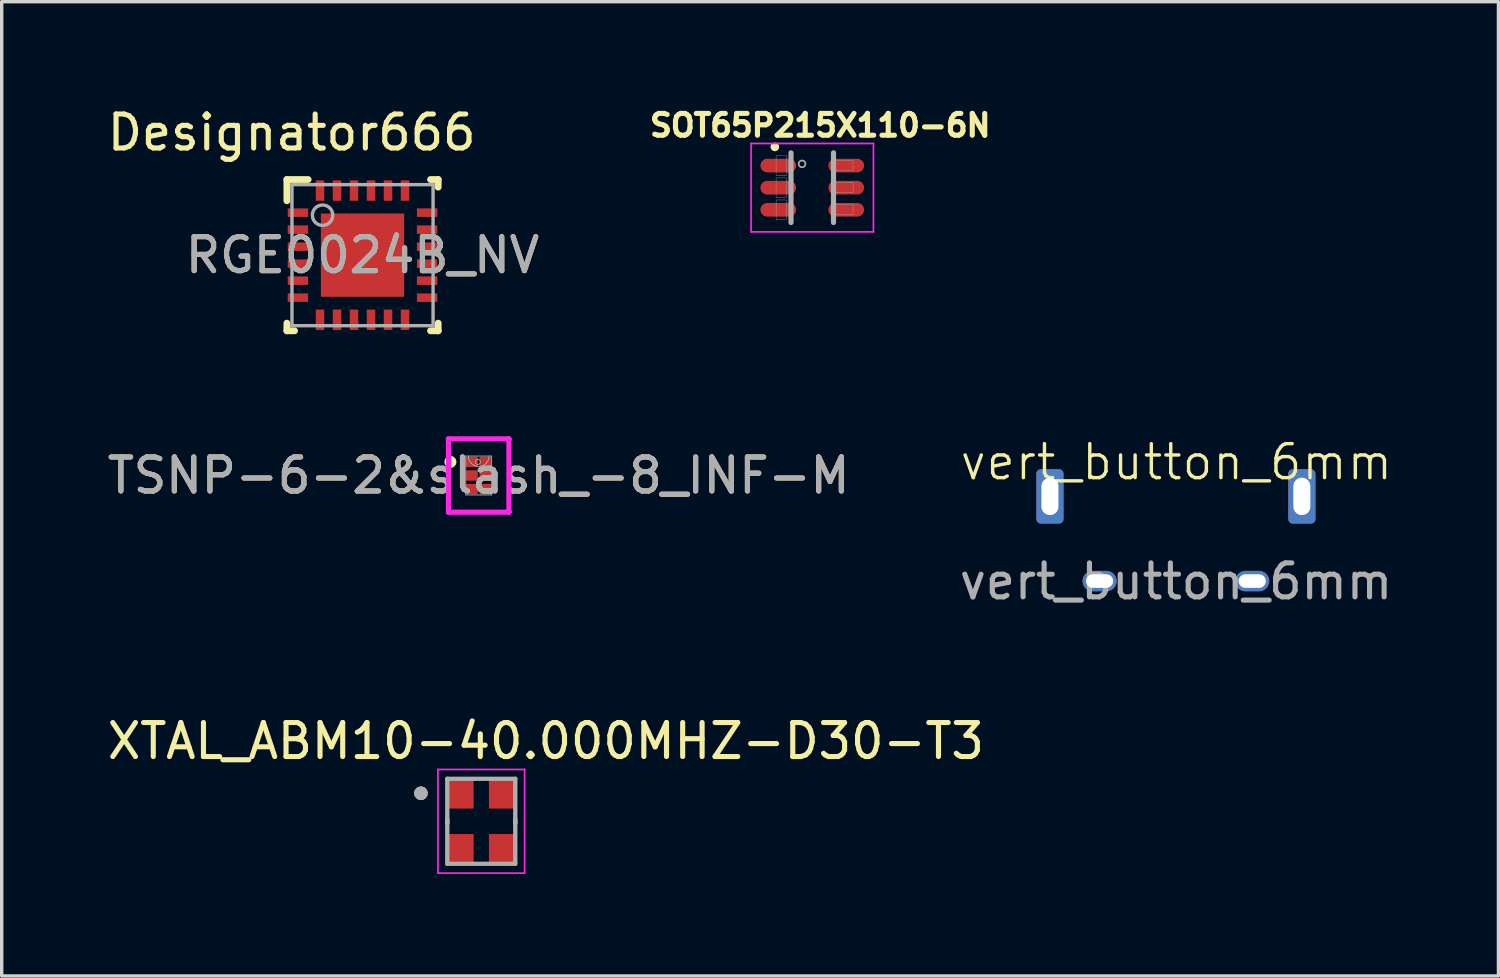
<source format=kicad_pcb>
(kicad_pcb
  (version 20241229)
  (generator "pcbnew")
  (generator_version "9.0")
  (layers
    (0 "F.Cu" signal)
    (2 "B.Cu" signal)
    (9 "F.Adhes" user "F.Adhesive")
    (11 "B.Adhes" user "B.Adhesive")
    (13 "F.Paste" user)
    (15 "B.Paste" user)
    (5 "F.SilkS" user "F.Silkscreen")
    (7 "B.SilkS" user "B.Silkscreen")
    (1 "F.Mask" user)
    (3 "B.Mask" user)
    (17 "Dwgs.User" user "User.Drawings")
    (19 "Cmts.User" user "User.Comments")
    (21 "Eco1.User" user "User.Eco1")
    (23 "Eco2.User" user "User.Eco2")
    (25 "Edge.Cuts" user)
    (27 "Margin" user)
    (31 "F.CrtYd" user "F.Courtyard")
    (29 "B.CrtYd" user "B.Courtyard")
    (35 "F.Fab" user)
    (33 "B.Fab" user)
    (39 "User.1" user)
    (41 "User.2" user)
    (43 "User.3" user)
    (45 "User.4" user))
  (footprint "SOT65P215X110-6N"
    (layer "F.Cu")
    (at 20.841 2.47)
    (property "Reference" "SOT65P215X110-6N" (at 0.235 -1.832 0) (layer "F.SilkS") (effects (font (size 0.641 0.641) (thickness 0.15))))
    (attr smd)
    (fp_circle (center -1.1 -1.2) (end -0.973 -1.2) (stroke (width 0) (type solid)) (fill yes) (layer "F.SilkS"))
    (fp_line (start -1.8 -1.3) (end 1.8 -1.3) (stroke (width 0.05) (type solid)) (layer "F.CrtYd"))
    (fp_line (start -1.8 1.3) (end -1.8 -1.3) (stroke (width 0.05) (type solid)) (layer "F.CrtYd"))
    (fp_line (start 1.8 -1.3) (end 1.8 1.3) (stroke (width 0.05) (type solid)) (layer "F.CrtYd"))
    (fp_line (start 1.8 1.3) (end -1.8 1.3) (stroke (width 0.05) (type solid)) (layer "F.CrtYd"))
    (fp_line (start -0.625 1.025) (end -0.625 -1.025) (stroke (width 0.152) (type solid)) (layer "F.Fab"))
    (fp_line (start 0.625 -1.025) (end 0.625 1.025) (stroke (width 0.152) (type solid)) (layer "F.Fab"))
    (fp_circle (center -0.3 -0.7) (end -0.2 -0.7) (stroke (width 0.05) (type solid)) (fill no) (layer "F.Fab"))
    (fp_poly (pts (xy -1.064 -0.287) (xy -0.762 -0.287) (xy -0.762 0.288) (xy -1.064 0.288)) (stroke (width 0.01) (type solid)) (fill no) (layer "F.Fab"))
    (fp_poly (pts (xy -1.064 -0.938) (xy -0.762 -0.938) (xy -0.762 -0.363) (xy -1.064 -0.363)) (stroke (width 0.01) (type solid)) (fill no) (layer "F.Fab"))
    (fp_poly (pts (xy -1.063 0.362) (xy -0.762 0.362) (xy -0.762 0.938) (xy -1.063 0.938)) (stroke (width 0.01) (type solid)) (fill no) (layer "F.Fab"))
    (fp_poly (pts (xy 0.625 0.501) (xy 1.201 0.501) (xy 1.201 0.8) (xy 0.625 0.8)) (stroke (width 0.01) (type solid)) (fill no) (layer "F.Fab"))
    (fp_poly (pts (xy 0.625 -0.149) (xy 1.201 -0.149) (xy 1.201 0.15) (xy 0.625 0.15)) (stroke (width 0.01) (type solid)) (fill no) (layer "F.Fab"))
    (fp_poly (pts (xy 0.625 -0.8) (xy 1.2 -0.8) (xy 1.2 -0.5) (xy 0.625 -0.5)) (stroke (width 0.01) (type solid)) (fill no) (layer "F.Fab"))
    (pad "1" smd oval (at -1 -0.65 270) (size 0.4 1.05) (layers "F.Cu" "F.Mask" "F.Paste"))
    (pad "2" smd oval (at -1 0 270) (size 0.4 1.05) (layers "F.Cu" "F.Mask" "F.Paste"))
    (pad "3" smd oval (at -1 0.65 270) (size 0.4 1.05) (layers "F.Cu" "F.Mask" "F.Paste"))
    (pad "4" smd oval (at 1 0.65 270) (size 0.4 1.05) (layers "F.Cu" "F.Mask" "F.Paste"))
    (pad "5" smd oval (at 1 0 270) (size 0.4 1.05) (layers "F.Cu" "F.Mask" "F.Paste"))
    (pad "6" smd oval (at 1 -0.65 270) (size 0.4 1.05) (layers "F.Cu" "F.Mask" "F.Paste")))
  (footprint "RGE0024B_NV"
    (layer "F.Cu")
    (at 7.613 4.455)
    (property "Reference" "RGE0024B_NV" (at 0 0 0) (unlocked yes) (layer "F.SilkS") (effects (font (size 1 1) (thickness 0.15))))
    (attr smd)
    (fp_line (start -2.225 -2.225) (end -1.6 -2.225) (stroke (width 0.2) (type solid)) (layer "F.SilkS"))
    (fp_line (start -2.225 -1.6) (end -2.225 -2.225) (stroke (width 0.2) (type solid)) (layer "F.SilkS"))
    (fp_line (start -2.225 2.225) (end -2.225 2) (stroke (width 0.2) (type solid)) (layer "F.SilkS"))
    (fp_line (start -2.225 2.225) (end -2 2.225) (stroke (width 0.2) (type solid)) (layer "F.SilkS"))
    (fp_line (start 2 -2.225) (end 2.225 -2.225) (stroke (width 0.2) (type solid)) (layer "F.SilkS"))
    (fp_line (start 2 2.225) (end 2.225 2.225) (stroke (width 0.2) (type solid)) (layer "F.SilkS"))
    (fp_line (start 2.225 -2) (end 2.225 -2.225) (stroke (width 0.2) (type solid)) (layer "F.SilkS"))
    (fp_line (start 2.225 2.225) (end 2.225 2) (stroke (width 0.2) (type solid)) (layer "F.SilkS"))
    (fp_poly (pts (xy -0.1 -1.131) (xy -0.1 -0.149) (xy -0.101 -0.139) (xy -0.104 -0.13) (xy -0.108 -0.122) (xy -0.114 -0.114) (xy -0.122 -0.108) (xy -0.13 -0.104) (xy -0.139 -0.101) (xy -0.149 -0.1) (xy -1.131 -0.1) (xy -1.141 -0.101) (xy -1.15 -0.104) (xy -1.158 -0.108) (xy -1.166 -0.114) (xy -1.172 -0.122) (xy -1.176 -0.13) (xy -1.179 -0.139) (xy -1.18 -0.149) (xy -1.18 -1.131) (xy -1.179 -1.141) (xy -1.176 -1.15) (xy -1.172 -1.158) (xy -1.166 -1.166) (xy -1.158 -1.172) (xy -1.15 -1.176) (xy -1.141 -1.179) (xy -1.131 -1.18) (xy -0.149 -1.18) (xy -0.139 -1.179) (xy -0.13 -1.176) (xy -0.122 -1.172) (xy -0.114 -1.166) (xy -0.108 -1.158) (xy -0.104 -1.15) (xy -0.101 -1.141)) (stroke (width 0) (type solid)) (fill yes) (layer "F.Paste"))
    (fp_poly (pts (xy -0.1 0.149) (xy -0.1 1.131) (xy -0.101 1.141) (xy -0.104 1.15) (xy -0.108 1.158) (xy -0.114 1.166) (xy -0.122 1.172) (xy -0.13 1.176) (xy -0.139 1.179) (xy -0.149 1.18) (xy -1.131 1.18) (xy -1.141 1.179) (xy -1.15 1.176) (xy -1.158 1.172) (xy -1.166 1.166) (xy -1.172 1.158) (xy -1.176 1.15) (xy -1.179 1.141) (xy -1.18 1.131) (xy -1.18 0.149) (xy -1.179 0.139) (xy -1.176 0.13) (xy -1.172 0.122) (xy -1.166 0.114) (xy -1.158 0.108) (xy -1.15 0.104) (xy -1.141 0.101) (xy -1.131 0.1) (xy -0.149 0.1) (xy -0.139 0.101) (xy -0.13 0.104) (xy -0.122 0.108) (xy -0.114 0.114) (xy -0.108 0.122) (xy -0.104 0.13) (xy -0.101 0.139)) (stroke (width 0) (type solid)) (fill yes) (layer "F.Paste"))
    (fp_poly (pts (xy 0.1 -0.149) (xy 0.1 -1.131) (xy 0.101 -1.141) (xy 0.104 -1.15) (xy 0.108 -1.158) (xy 0.114 -1.166) (xy 0.122 -1.172) (xy 0.13 -1.176) (xy 0.139 -1.179) (xy 0.149 -1.18) (xy 1.131 -1.18) (xy 1.141 -1.179) (xy 1.15 -1.176) (xy 1.158 -1.172) (xy 1.166 -1.166) (xy 1.172 -1.158) (xy 1.176 -1.15) (xy 1.179 -1.141) (xy 1.18 -1.131) (xy 1.18 -0.149) (xy 1.179 -0.139) (xy 1.176 -0.13) (xy 1.172 -0.122) (xy 1.166 -0.114) (xy 1.158 -0.108) (xy 1.15 -0.104) (xy 1.141 -0.101) (xy 1.131 -0.1) (xy 0.149 -0.1) (xy 0.139 -0.101) (xy 0.13 -0.104) (xy 0.122 -0.108) (xy 0.114 -0.114) (xy 0.108 -0.122) (xy 0.104 -0.13) (xy 0.101 -0.139)) (stroke (width 0) (type solid)) (fill yes) (layer "F.Paste"))
    (fp_poly (pts (xy 0.1 1.131) (xy 0.1 0.149) (xy 0.101 0.139) (xy 0.104 0.13) (xy 0.108 0.122) (xy 0.114 0.114) (xy 0.122 0.108) (xy 0.13 0.104) (xy 0.139 0.101) (xy 0.149 0.1) (xy 1.131 0.1) (xy 1.141 0.101) (xy 1.15 0.104) (xy 1.158 0.108) (xy 1.166 0.114) (xy 1.172 0.122) (xy 1.176 0.13) (xy 1.179 0.139) (xy 1.18 0.149) (xy 1.18 1.131) (xy 1.179 1.141) (xy 1.176 1.15) (xy 1.172 1.158) (xy 1.166 1.166) (xy 1.158 1.172) (xy 1.15 1.176) (xy 1.141 1.179) (xy 1.131 1.18) (xy 0.149 1.18) (xy 0.139 1.179) (xy 0.13 1.176) (xy 0.122 1.172) (xy 0.114 1.166) (xy 0.108 1.158) (xy 0.104 1.15) (xy 0.101 1.141)) (stroke (width 0) (type solid)) (fill yes) (layer "F.Paste"))
    (fp_line (start -2.075 -2.075) (end 2.075 -2.075) (stroke (width 0.1) (type solid)) (layer "F.Fab"))
    (fp_line (start -2.075 2.075) (end -2.075 -2.075) (stroke (width 0.1) (type solid)) (layer "F.Fab"))
    (fp_line (start -2.075 2.075) (end 2.075 2.075) (stroke (width 0.1) (type solid)) (layer "F.Fab"))
    (fp_line (start 2.075 2.075) (end 2.075 -2.075) (stroke (width 0.1) (type solid)) (layer "F.Fab"))
    (fp_circle (center -1.175 -1.175) (end -0.875 -1.175) (stroke (width 0.1) (type solid)) (fill no) (layer "F.Fab"))
    (fp_text user "Designator666" (at -2.083 -3.607 0) (unlocked yes) (layer "F.SilkS") (effects (font (size 1 1) (thickness 0.15))))
    (fp_text user "${REFERENCE}" (at 0 0 0) (unlocked yes) (layer "F.Fab") (effects (font (size 1 1) (thickness 0.15))))
    (pad "1" smd rect (at -1.9 -1.25 90) (size 0.25 0.6) (layers "F.Cu" "F.Mask" "F.Paste"))
    (pad "2" smd rect (at -1.9 -0.75 90) (size 0.25 0.6) (layers "F.Cu" "F.Mask" "F.Paste"))
    (pad "3" smd rect (at -1.9 -0.25 90) (size 0.25 0.6) (layers "F.Cu" "F.Mask" "F.Paste"))
    (pad "4" smd rect (at -1.9 0.25 90) (size 0.25 0.6) (layers "F.Cu" "F.Mask" "F.Paste"))
    (pad "5" smd rect (at -1.9 0.75 90) (size 0.25 0.6) (layers "F.Cu" "F.Mask" "F.Paste"))
    (pad "6" smd rect (at -1.9 1.25 90) (size 0.25 0.6) (layers "F.Cu" "F.Mask" "F.Paste"))
    (pad "7" smd rect (at -1.25 1.9) (size 0.25 0.6) (layers "F.Cu" "F.Mask" "F.Paste"))
    (pad "8" smd rect (at -0.75 1.9) (size 0.25 0.6) (layers "F.Cu" "F.Mask" "F.Paste"))
    (pad "9" smd rect (at -0.25 1.9) (size 0.25 0.6) (layers "F.Cu" "F.Mask" "F.Paste"))
    (pad "10" smd rect (at 0.25 1.9) (size 0.25 0.6) (layers "F.Cu" "F.Mask" "F.Paste"))
    (pad "11" smd rect (at 0.75 1.9) (size 0.25 0.6) (layers "F.Cu" "F.Mask" "F.Paste"))
    (pad "12" smd rect (at 1.25 1.9) (size 0.25 0.6) (layers "F.Cu" "F.Mask" "F.Paste"))
    (pad "13" smd rect (at 1.9 1.25 90) (size 0.25 0.6) (layers "F.Cu" "F.Mask" "F.Paste"))
    (pad "14" smd rect (at 1.9 0.75 90) (size 0.25 0.6) (layers "F.Cu" "F.Mask" "F.Paste"))
    (pad "15" smd rect (at 1.9 0.25 90) (size 0.25 0.6) (layers "F.Cu" "F.Mask" "F.Paste"))
    (pad "16" smd rect (at 1.9 -0.25 90) (size 0.25 0.6) (layers "F.Cu" "F.Mask" "F.Paste"))
    (pad "17" smd rect (at 1.9 -0.75 90) (size 0.25 0.6) (layers "F.Cu" "F.Mask" "F.Paste"))
    (pad "18" smd rect (at 1.9 -1.25 90) (size 0.25 0.6) (layers "F.Cu" "F.Mask" "F.Paste"))
    (pad "19" smd rect (at 1.25 -1.9) (size 0.25 0.6) (layers "F.Cu" "F.Mask" "F.Paste"))
    (pad "20" smd rect (at 0.75 -1.9) (size 0.25 0.6) (layers "F.Cu" "F.Mask" "F.Paste"))
    (pad "21" smd rect (at 0.25 -1.9) (size 0.25 0.6) (layers "F.Cu" "F.Mask" "F.Paste"))
    (pad "22" smd rect (at -0.25 -1.9) (size 0.25 0.6) (layers "F.Cu" "F.Mask" "F.Paste"))
    (pad "23" smd rect (at -0.75 -1.9) (size 0.25 0.6) (layers "F.Cu" "F.Mask" "F.Paste"))
    (pad "24" smd rect (at -1.25 -1.9) (size 0.25 0.6) (layers "F.Cu" "F.Mask" "F.Paste"))
    (pad "25" smd rect (at 0 0) (size 2.45 2.45) (layers "F.Cu" "F.Mask")))
  (footprint "TSNP-6-2&slash_-8_INF-M"
    (layer "F.Cu")
    (at 11.03 10.936)
    (property "Reference" "TSNP-6-2&slash_-8_INF-M" (at 0 0 0) (unlocked yes) (layer "F.SilkS") (effects (font (size 1 1) (thickness 0.15))))
    (attr smd)
    (fp_circle (center -0.832 -0.4) (end -0.73 -0.4) (stroke (width 0.152) (type solid)) (fill no) (layer "F.SilkS"))
    (fp_line (start -0.889 -1.079) (end 0.889 -1.079) (stroke (width 0.152) (type solid)) (layer "F.CrtYd"))
    (fp_line (start -0.889 -1.06) (end -0.889 -1.079) (stroke (width 0.152) (type solid)) (layer "F.CrtYd"))
    (fp_line (start -0.889 -1.06) (end -0.889 -1.06) (stroke (width 0.152) (type solid)) (layer "F.CrtYd"))
    (fp_line (start -0.889 1.06) (end -0.889 -1.06) (stroke (width 0.152) (type solid)) (layer "F.CrtYd"))
    (fp_line (start -0.889 1.06) (end -0.889 1.06) (stroke (width 0.152) (type solid)) (layer "F.CrtYd"))
    (fp_line (start -0.889 1.079) (end -0.889 1.06) (stroke (width 0.152) (type solid)) (layer "F.CrtYd"))
    (fp_line (start 0.889 -1.079) (end 0.889 -1.06) (stroke (width 0.152) (type solid)) (layer "F.CrtYd"))
    (fp_line (start 0.889 -1.06) (end 0.889 -1.06) (stroke (width 0.152) (type solid)) (layer "F.CrtYd"))
    (fp_line (start 0.889 -1.06) (end 0.889 1.06) (stroke (width 0.152) (type solid)) (layer "F.CrtYd"))
    (fp_line (start 0.889 1.06) (end 0.889 1.06) (stroke (width 0.152) (type solid)) (layer "F.CrtYd"))
    (fp_line (start 0.889 1.06) (end 0.889 1.079) (stroke (width 0.152) (type solid)) (layer "F.CrtYd"))
    (fp_line (start 0.889 1.079) (end -0.889 1.079) (stroke (width 0.152) (type solid)) (layer "F.CrtYd"))
    (fp_line (start -0.381 -0.572) (end -0.381 0.572) (stroke (width 0.025) (type solid)) (layer "F.Fab"))
    (fp_line (start -0.381 0.572) (end 0.381 0.572) (stroke (width 0.025) (type solid)) (layer "F.Fab"))
    (fp_line (start 0.381 -0.572) (end -0.381 -0.572) (stroke (width 0.025) (type solid)) (layer "F.Fab"))
    (fp_line (start 0.381 0.572) (end 0.381 -0.572) (stroke (width 0.025) (type solid)) (layer "F.Fab"))
    (fp_arc (start 0.3048 -0.5715) (mid 0 -0.2667) (end -0.3048 -0.5715) (stroke (width 0.0254) (type solid)) (layer "F.Fab"))
    (fp_circle (center -0.025 -0.4) (end 0.051 -0.4) (stroke (width 0.025) (type solid)) (fill no) (layer "F.Fab"))
    (fp_text user "${REFERENCE}" (at 0 0 0) (unlocked yes) (layer "F.Fab") (effects (font (size 1 1) (thickness 0.15))))
    (pad "1" smd rect (at -0.203 -0.4) (size 0.356 0.305) (layers "F.Cu" "F.Mask" "F.Paste"))
    (pad "2" smd rect (at -0.203 0) (size 0.356 0.305) (layers "F.Cu" "F.Mask" "F.Paste"))
    (pad "3" smd rect (at -0.203 0.4) (size 0.356 0.305) (layers "F.Cu" "F.Mask" "F.Paste"))
    (pad "4" smd rect (at 0.203 0.4) (size 0.356 0.305) (layers "F.Cu" "F.Mask" "F.Paste"))
    (pad "5" smd rect (at 0.203 0) (size 0.356 0.305) (layers "F.Cu" "F.Mask" "F.Paste"))
    (pad "6" smd rect (at 0.203 -0.4) (size 0.356 0.305) (layers "F.Cu" "F.Mask" "F.Paste")))
  (footprint "vert_button_6mm"
    (layer "F.Cu")
    (at 31.542 11.551)
    (property "Reference" "vert_button_6mm" (at 0.01 -1.01 0) (unlocked yes) (layer "F.SilkS") (effects (font (size 1 1) (thickness 0.1))))
    (attr through_hole)
    (fp_text user "${REFERENCE}" (at 0 2.5 0) (unlocked yes) (layer "F.Fab") (effects (font (size 1 1) (thickness 0.15))))
    (pad "1" thru_hole oval (at -2.25 2.49) (size 1 0.6) (drill oval 0.8 0.4) (layers "*.Cu" "*.Mask"))
    (pad "2" thru_hole oval (at 2.24 2.49) (size 1 0.6) (drill oval 0.8 0.4) (layers "*.Cu" "*.Mask"))
    (pad "3" thru_hole roundrect (at 3.7 0) (size 0.8 1.6) (drill oval 0.5 1.1) (layers "*.Cu" "*.Mask") (roundrect_rratio 0.164))
    (pad "4" thru_hole roundrect (at -3.71 0) (size 0.8 1.6) (drill oval 0.5 1.1) (layers "*.Cu" "*.Mask") (roundrect_rratio 0.164)))
  (footprint "XTAL_ABM10-40.000MHZ-D30-T3"
    (layer "F.Cu")
    (at 11.106 21.107)
    (property "Reference" "XTAL_ABM10-40.000MHZ-D30-T3" (at 1.9 -2.36 0) (layer "F.SilkS") (effects (font (size 1 1) (thickness 0.15))))
    (attr smd)
    (fp_line (start -1 -0.055) (end -1 0.055) (stroke (width 0.127) (type solid)) (layer "F.SilkS"))
    (fp_line (start 1 -0.055) (end 1 0.055) (stroke (width 0.127) (type solid)) (layer "F.SilkS"))
    (fp_circle (center -1.775 -0.825) (end -1.675 -0.825) (stroke (width 0.2) (type solid)) (fill no) (layer "F.SilkS"))
    (fp_line (start -1.275 -1.525) (end -1.275 1.525) (stroke (width 0.05) (type solid)) (layer "F.CrtYd"))
    (fp_line (start -1.275 -1.525) (end 1.275 -1.525) (stroke (width 0.05) (type solid)) (layer "F.CrtYd"))
    (fp_line (start 1.275 -1.525) (end 1.275 1.525) (stroke (width 0.05) (type solid)) (layer "F.CrtYd"))
    (fp_line (start 1.275 1.525) (end -1.275 1.525) (stroke (width 0.05) (type solid)) (layer "F.CrtYd"))
    (fp_line (start -1 -1.25) (end -1 1.25) (stroke (width 0.127) (type solid)) (layer "F.Fab"))
    (fp_line (start -1 -1.25) (end 1 -1.25) (stroke (width 0.127) (type solid)) (layer "F.Fab"))
    (fp_line (start 1 -1.25) (end 1 1.25) (stroke (width 0.127) (type solid)) (layer "F.Fab"))
    (fp_line (start 1 1.25) (end -1 1.25) (stroke (width 0.127) (type solid)) (layer "F.Fab"))
    (fp_circle (center -1.775 -0.825) (end -1.675 -0.825) (stroke (width 0.2) (type solid)) (fill no) (layer "F.Fab"))
    (pad "1" smd rect (at -0.625 -0.825) (size 0.8 0.9) (layers "F.Cu" "F.Mask" "F.Paste"))
    (pad "2" smd rect (at -0.625 0.825) (size 0.8 0.9) (layers "F.Cu" "F.Mask" "F.Paste"))
    (pad "3" smd rect (at 0.625 0.825) (size 0.8 0.9) (layers "F.Cu" "F.Mask" "F.Paste"))
    (pad "4" smd rect (at 0.625 -0.825) (size 0.8 0.9) (layers "F.Cu" "F.Mask" "F.Paste")))
  (gr_rect
    (start -3 -3)
    (end 41.024 25.657)
    (stroke (width 0.1) (type default))
    (fill no)
    (layer "Edge.Cuts")))
</source>
